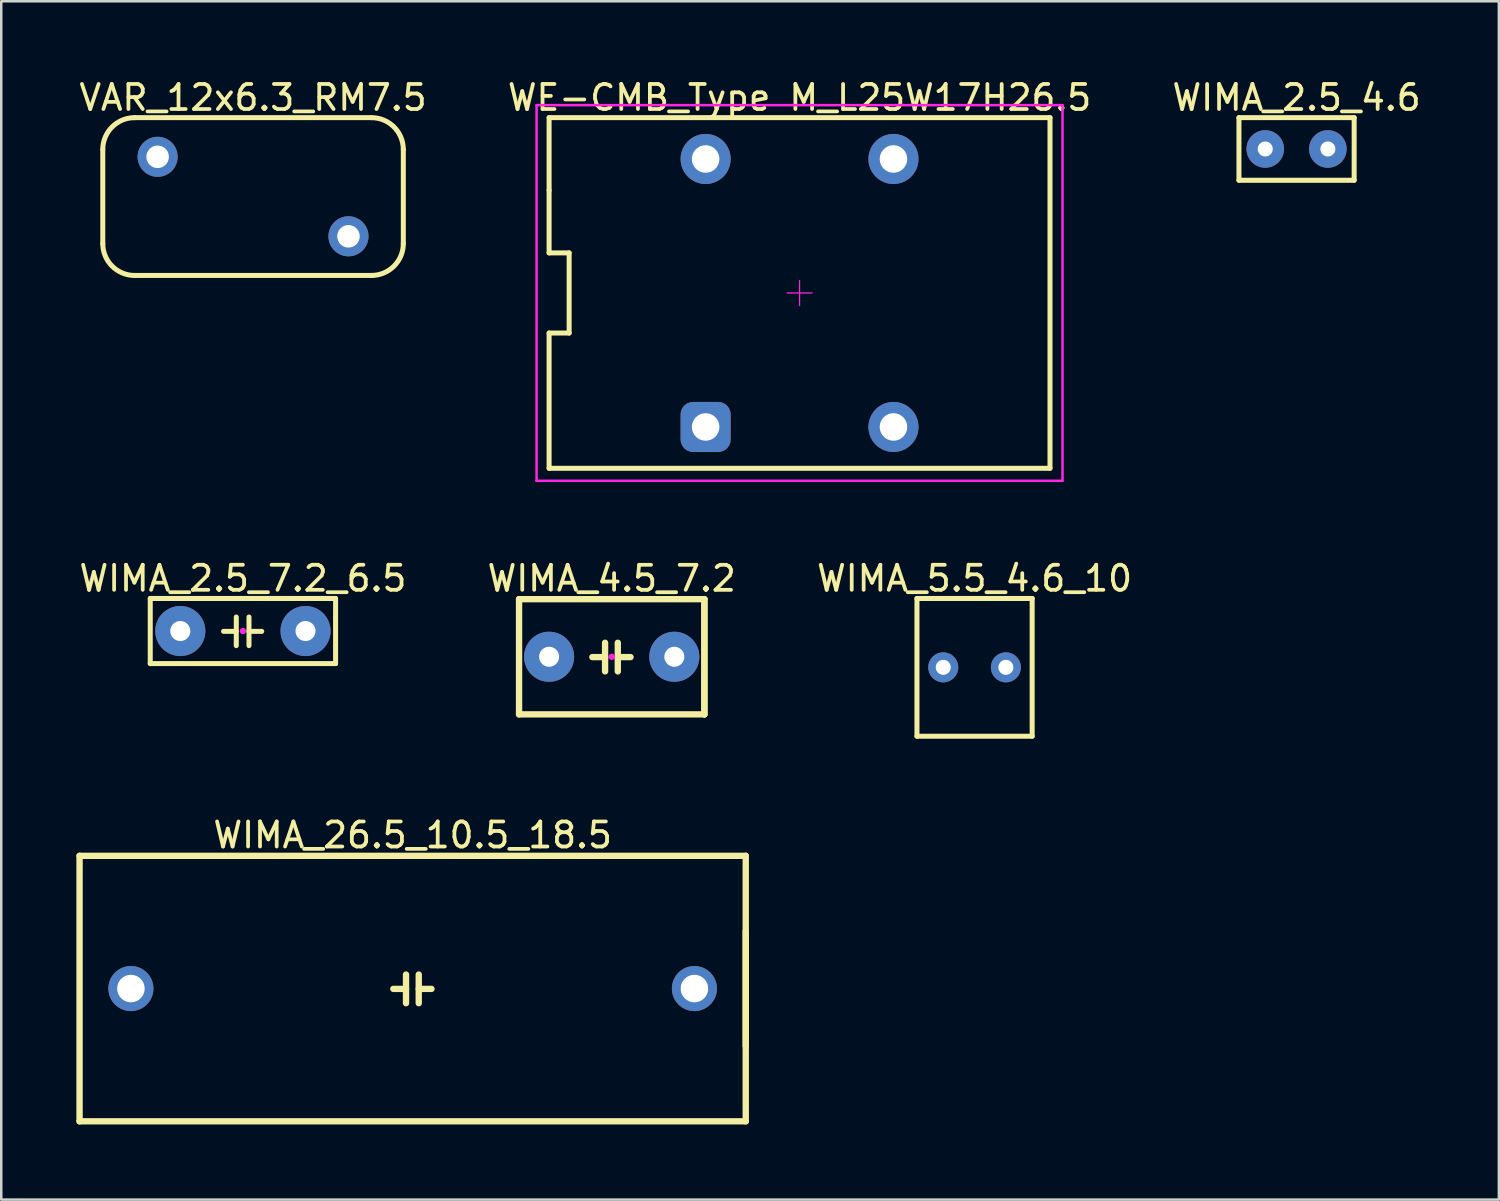
<source format=kicad_pcb>
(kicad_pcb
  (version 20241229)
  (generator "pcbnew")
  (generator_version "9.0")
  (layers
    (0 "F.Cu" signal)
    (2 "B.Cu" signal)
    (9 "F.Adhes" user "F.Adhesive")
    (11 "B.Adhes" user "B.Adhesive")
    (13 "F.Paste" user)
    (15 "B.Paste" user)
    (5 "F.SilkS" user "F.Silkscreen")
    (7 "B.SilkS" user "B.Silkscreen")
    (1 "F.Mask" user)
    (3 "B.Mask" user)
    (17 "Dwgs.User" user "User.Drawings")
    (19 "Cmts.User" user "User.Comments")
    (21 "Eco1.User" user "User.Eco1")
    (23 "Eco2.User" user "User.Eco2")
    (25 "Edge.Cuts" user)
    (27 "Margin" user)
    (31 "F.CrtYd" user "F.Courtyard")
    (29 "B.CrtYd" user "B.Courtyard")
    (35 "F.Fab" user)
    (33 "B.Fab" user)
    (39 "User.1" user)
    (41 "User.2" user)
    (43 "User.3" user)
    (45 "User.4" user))
  (footprint "VAR_12x6.3_RM7.5"
    (layer "F.Cu")
    (at 7.054 4.798)
    (property "Reference" "VAR_12x6.3_RM7.5" (at 0 -3.95 0) (layer "F.SilkS") (effects (font (size 1 1) (thickness 0.15))))
    (fp_line (start -6 1.88) (end -6 -1.88) (stroke (width 0.2) (type solid)) (layer "F.SilkS"))
    (fp_line (start -4.73 -3.15) (end 4.73 -3.15) (stroke (width 0.2) (type solid)) (layer "F.SilkS"))
    (fp_line (start -4.73 3.15) (end 4.75 3.15) (stroke (width 0.2) (type solid)) (layer "F.SilkS"))
    (fp_line (start 6 1.88) (end 6 -1.88) (stroke (width 0.2) (type solid)) (layer "F.SilkS"))
    (fp_arc (start -6 -1.88) (mid -5.628026 -2.778026) (end -4.73 -3.15) (stroke (width 0.2) (type solid)) (layer "F.SilkS"))
    (fp_arc (start -4.73 3.15) (mid -5.628026 2.778026) (end -6 1.88) (stroke (width 0.2) (type solid)) (layer "F.SilkS"))
    (fp_arc (start 4.73 -3.15) (mid 5.628026 -2.778026) (end 6 -1.88) (stroke (width 0.2) (type solid)) (layer "F.SilkS"))
    (fp_arc (start 6 1.88) (mid 5.628026 2.778026) (end 4.73 3.15) (stroke (width 0.2) (type solid)) (layer "F.SilkS"))
    (fp_line (start -6 1.88) (end -6 -1.88) (stroke (width 0.1) (type solid)) (layer "Eco2.User"))
    (fp_line (start -4.73 -3.15) (end 4.73 -3.15) (stroke (width 0.1) (type solid)) (layer "Eco2.User"))
    (fp_line (start -4.73 3.15) (end 4.73 3.15) (stroke (width 0.1) (type solid)) (layer "Eco2.User"))
    (fp_line (start 6 1.88) (end 6 -1.88) (stroke (width 0.1) (type solid)) (layer "Eco2.User"))
    (fp_arc (start -6 -1.88) (mid -5.628026 -2.778026) (end -4.73 -3.15) (stroke (width 0.1) (type solid)) (layer "Eco2.User"))
    (fp_arc (start -4.73 3.15) (mid -5.628026 2.778026) (end -6 1.88) (stroke (width 0.1) (type solid)) (layer "Eco2.User"))
    (fp_arc (start 4.73 -3.15) (mid 5.628026 -2.778026) (end 6 -1.88) (stroke (width 0.1) (type solid)) (layer "Eco2.User"))
    (fp_arc (start 6 1.88) (mid 5.628026 2.778026) (end 4.73 3.15) (stroke (width 0.1) (type solid)) (layer "Eco2.User"))
    (pad "1" thru_hole circle (at -3.81 -1.587) (size 1.6 1.6) (drill 0.9) (layers "*.Cu" "*.Mask"))
    (pad "2" thru_hole circle (at 3.81 1.587) (size 1.6 1.6) (drill 0.9) (layers "*.Cu" "*.Mask")))
  (footprint "WIMA_2.5_4.6"
    (layer "F.Cu")
    (at 48.72 2.898)
    (property "Reference" "WIMA_2.5_4.6" (at 0 -2.05 0) (layer "F.SilkS") (effects (font (size 1 1) (thickness 0.15))))
    (fp_line (start -2.3 -1.25) (end 2.3 -1.25) (stroke (width 0.2) (type solid)) (layer "F.SilkS"))
    (fp_line (start -2.3 1.25) (end -2.3 -1.25) (stroke (width 0.2) (type solid)) (layer "F.SilkS"))
    (fp_line (start -2.3 1.25) (end 2.3 1.25) (stroke (width 0.2) (type solid)) (layer "F.SilkS"))
    (fp_line (start 2.3 1.25) (end 2.3 -1.25) (stroke (width 0.2) (type solid)) (layer "F.SilkS"))
    (pad "1" thru_hole circle (at -1.25 0) (size 1.5 1.5) (drill 0.6) (layers "*.Cu" "*.Mask"))
    (pad "2" thru_hole circle (at 1.25 0) (size 1.5 1.5) (drill 0.6) (layers "*.Cu" "*.Mask")))
  (footprint "WIMA_2.5_7.2_6.5"
    (layer "F.Cu")
    (at 6.649 22.146)
    (property "Reference" "WIMA_2.5_7.2_6.5" (at 0 -2.1 0) (layer "F.SilkS") (effects (font (size 1 1) (thickness 0.15))))
    (fp_line (start -3.7 -1.3) (end 3.7 -1.3) (stroke (width 0.2) (type solid)) (layer "F.SilkS"))
    (fp_line (start -3.7 1.3) (end -3.7 -1.3) (stroke (width 0.2) (type solid)) (layer "F.SilkS"))
    (fp_line (start -3.7 1.3) (end 3.7 1.3) (stroke (width 0.2) (type solid)) (layer "F.SilkS"))
    (fp_line (start -0.773 0.013) (end -0.265 0.013) (stroke (width 0.2) (type solid)) (layer "F.SilkS"))
    (fp_line (start -0.265 0.584) (end -0.265 -0.559) (stroke (width 0.2) (type solid)) (layer "F.SilkS"))
    (fp_line (start 0.243 0.013) (end 0.751 0.013) (stroke (width 0.2) (type solid)) (layer "F.SilkS"))
    (fp_line (start 0.243 0.584) (end 0.243 -0.559) (stroke (width 0.2) (type solid)) (layer "F.SilkS"))
    (fp_line (start 3.7 1.3) (end 3.7 -1.3) (stroke (width 0.2) (type solid)) (layer "F.SilkS"))
    (fp_circle (center 0 0) (end 0 -0.064) (stroke (width 0.127) (type solid)) (fill no) (layer "F.CrtYd"))
    (pad "1" thru_hole circle (at -2.5 0) (size 2 2) (drill 0.8) (layers "*.Cu" "*.Mask"))
    (pad "2" thru_hole circle (at 2.5 0) (size 2 2) (drill 0.8) (layers "*.Cu" "*.Mask")))
  (footprint "WIMA_26.5_10.5_18.5"
    (layer "F.Cu")
    (at 13.427 36.422)
    (property "Reference" "WIMA_26.5_10.5_18.5" (at 0 -6.127 0) (layer "F.SilkS") (effects (font (size 1 1) (thickness 0.15))))
    (fp_line (start -13.3 -5.3) (end 13.3 -5.3) (stroke (width 0.254) (type solid)) (layer "F.SilkS"))
    (fp_line (start -13.3 5.3) (end -13.3 -5.3) (stroke (width 0.254) (type solid)) (layer "F.SilkS"))
    (fp_line (start -13.3 5.3) (end 13.3 5.3) (stroke (width 0.254) (type solid)) (layer "F.SilkS"))
    (fp_line (start -0.773 0.013) (end -0.265 0.013) (stroke (width 0.254) (type solid)) (layer "F.SilkS"))
    (fp_line (start -0.265 0.584) (end -0.265 -0.559) (stroke (width 0.254) (type solid)) (layer "F.SilkS"))
    (fp_line (start 0.243 0.013) (end 0.751 0.013) (stroke (width 0.254) (type solid)) (layer "F.SilkS"))
    (fp_line (start 0.243 0.584) (end 0.243 -0.559) (stroke (width 0.254) (type solid)) (layer "F.SilkS"))
    (fp_line (start 13.3 2.3) (end 13.3 -5.3) (stroke (width 0.254) (type solid)) (layer "F.SilkS"))
    (fp_line (start 13.3 5.3) (end 13.3 -2.3) (stroke (width 0.254) (type solid)) (layer "F.SilkS"))
    (fp_circle (center 0 0) (end 0 -0.064) (stroke (width 0.127) (type solid)) (fill no) (layer "Eco2.User"))
    (pad "1" thru_hole circle (at -11.25 0) (size 1.8 1.8) (drill 1.1) (layers "*.Cu" "*.Mask"))
    (pad "2" thru_hole circle (at 11.25 0) (size 1.8 1.8) (drill 1.1) (layers "*.Cu" "*.Mask")))
  (footprint "WIMA_5.5_4.6_10"
    (layer "F.Cu")
    (at 35.863 23.596)
    (property "Reference" "WIMA_5.5_4.6_10" (at 0 -3.55 0) (layer "F.SilkS") (effects (font (size 1 1) (thickness 0.15))))
    (fp_line (start -2.3 -2.75) (end 2.3 -2.75) (stroke (width 0.2) (type solid)) (layer "F.SilkS"))
    (fp_line (start -2.3 2.75) (end -2.3 -2.75) (stroke (width 0.2) (type solid)) (layer "F.SilkS"))
    (fp_line (start -2.3 2.75) (end 2.3 2.75) (stroke (width 0.2) (type solid)) (layer "F.SilkS"))
    (fp_line (start 2.3 2.75) (end 2.3 -2.75) (stroke (width 0.2) (type solid)) (layer "F.SilkS"))
    (pad "1" thru_hole circle (at -1.25 0) (size 1.2 1.2) (drill 0.6) (layers "*.Cu" "*.Mask"))
    (pad "2" thru_hole circle (at 1.25 0) (size 1.2 1.2) (drill 0.6) (layers "*.Cu" "*.Mask")))
  (footprint "WIMA_4.5_7.2"
    (layer "F.Cu")
    (at 21.375 23.174)
    (property "Reference" "WIMA_4.5_7.2" (at 0 -3.127 0) (layer "F.SilkS") (effects (font (size 1 1) (thickness 0.15))))
    (fp_line (start -3.7 -2.3) (end 3.7 -2.3) (stroke (width 0.254) (type solid)) (layer "F.SilkS"))
    (fp_line (start -3.7 2.3) (end -3.7 -2.3) (stroke (width 0.254) (type solid)) (layer "F.SilkS"))
    (fp_line (start -3.7 2.3) (end 3.7 2.3) (stroke (width 0.254) (type solid)) (layer "F.SilkS"))
    (fp_line (start -0.773 0.013) (end -0.265 0.013) (stroke (width 0.254) (type solid)) (layer "F.SilkS"))
    (fp_line (start -0.265 0.584) (end -0.265 -0.559) (stroke (width 0.254) (type solid)) (layer "F.SilkS"))
    (fp_line (start 0.243 0.013) (end 0.751 0.013) (stroke (width 0.254) (type solid)) (layer "F.SilkS"))
    (fp_line (start 0.243 0.584) (end 0.243 -0.559) (stroke (width 0.254) (type solid)) (layer "F.SilkS"))
    (fp_line (start 3.7 2.3) (end 3.7 -2.3) (stroke (width 0.254) (type solid)) (layer "F.SilkS"))
    (fp_line (start 3.7 2.3) (end 3.7 -2.3) (stroke (width 0.254) (type solid)) (layer "F.SilkS"))
    (fp_circle (center 0 0) (end 0 -0.064) (stroke (width 0.127) (type solid)) (fill no) (layer "F.CrtYd"))
    (pad "1" thru_hole circle (at -2.5 0) (size 2 2) (drill 0.8) (layers "*.Cu" "*.Mask"))
    (pad "2" thru_hole circle (at 2.5 0) (size 2 2) (drill 0.8) (layers "*.Cu" "*.Mask")))
  (footprint "WE-CMB_Type M_L25W17H26.5"
    (layer "F.Cu")
    (at 28.875 8.648)
    (property "Reference" "WE-CMB_Type M_L25W17H26.5" (at 0 -7.8 0) (layer "F.SilkS") (effects (font (size 1 1) (thickness 0.15))))
    (fp_line (start -10 -7) (end 10 -7) (stroke (width 0.2) (type solid)) (layer "F.SilkS"))
    (fp_line (start -10 -4.1) (end -10 -7) (stroke (width 0.2) (type solid)) (layer "F.SilkS"))
    (fp_line (start -10 -1.6) (end -10 -4.1) (stroke (width 0.2) (type solid)) (layer "F.SilkS"))
    (fp_line (start -10 -1.6) (end -9.2 -1.6) (stroke (width 0.2) (type solid)) (layer "F.SilkS"))
    (fp_line (start -10 1.6) (end -9.2 1.6) (stroke (width 0.2) (type solid)) (layer "F.SilkS"))
    (fp_line (start -10 7) (end -10 1.6) (stroke (width 0.2) (type solid)) (layer "F.SilkS"))
    (fp_line (start -10 7) (end 10 7) (stroke (width 0.2) (type solid)) (layer "F.SilkS"))
    (fp_line (start -9.2 1.6) (end -9.2 -1.6) (stroke (width 0.2) (type solid)) (layer "F.SilkS"))
    (fp_line (start 10 7) (end 10 -7) (stroke (width 0.2) (type solid)) (layer "F.SilkS"))
    (fp_line (start -10.5 -7.5) (end 10.5 -7.5) (stroke (width 0.1) (type solid)) (layer "F.CrtYd"))
    (fp_line (start -10.5 7.5) (end -10.5 -7.5) (stroke (width 0.1) (type solid)) (layer "F.CrtYd"))
    (fp_line (start -10.5 7.5) (end 10.5 7.5) (stroke (width 0.1) (type solid)) (layer "F.CrtYd"))
    (fp_line (start -0.5 0) (end 0.5 0) (stroke (width 0.05) (type solid)) (layer "F.CrtYd"))
    (fp_line (start 0 0.5) (end 0 -0.5) (stroke (width 0.05) (type solid)) (layer "F.CrtYd"))
    (fp_line (start 10.5 7.5) (end 10.5 -7.5) (stroke (width 0.1) (type solid)) (layer "F.CrtYd"))
    (pad "1" thru_hole roundrect (at -3.75 5.35) (size 2 2) (drill 1.1) (layers "*.Cu" "*.Mask") (roundrect_rratio 0.25))
    (pad "2" thru_hole circle (at 3.75 5.35) (size 2 2) (drill 1.1) (layers "*.Cu" "*.Mask"))
    (pad "3" thru_hole circle (at 3.75 -5.35) (size 2 2) (drill 1.1) (layers "*.Cu" "*.Mask"))
    (pad "4" thru_hole circle (at -3.75 -5.35) (size 2 2) (drill 1.1) (layers "*.Cu" "*.Mask")))
  (gr_rect
    (start -3 -3)
    (end 56.798 44.849)
    (stroke (width 0.1) (type default))
    (fill no)
    (layer "Edge.Cuts")))
</source>
